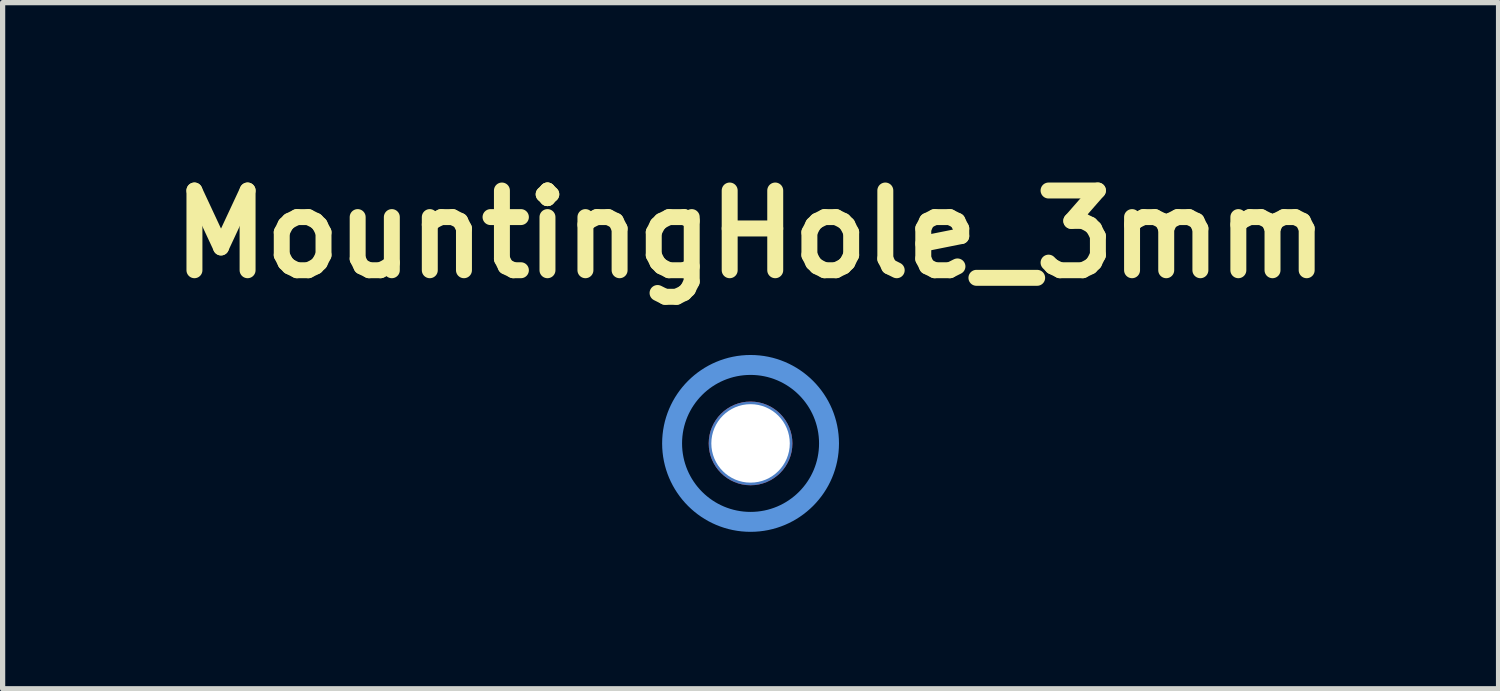
<source format=kicad_pcb>
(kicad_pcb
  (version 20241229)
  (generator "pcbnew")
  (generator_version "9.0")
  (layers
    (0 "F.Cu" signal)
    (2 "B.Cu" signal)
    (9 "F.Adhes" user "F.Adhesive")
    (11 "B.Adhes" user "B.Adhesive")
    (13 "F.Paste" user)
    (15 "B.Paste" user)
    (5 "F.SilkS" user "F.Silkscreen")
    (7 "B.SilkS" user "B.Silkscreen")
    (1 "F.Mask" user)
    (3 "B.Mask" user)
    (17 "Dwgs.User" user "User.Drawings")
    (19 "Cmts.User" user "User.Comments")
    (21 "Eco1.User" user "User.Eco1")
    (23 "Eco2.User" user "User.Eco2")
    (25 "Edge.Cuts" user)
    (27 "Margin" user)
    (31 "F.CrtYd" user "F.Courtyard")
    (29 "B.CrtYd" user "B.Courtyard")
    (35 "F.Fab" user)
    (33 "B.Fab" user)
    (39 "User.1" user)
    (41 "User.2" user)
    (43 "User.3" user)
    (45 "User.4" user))
  (footprint "MountingHole_3mm"
    (layer "F.Cu")
    (at 11.299 5.427)
    (property "Reference" "MountingHole_3mm" (at 0 -4 0) (layer "F.SilkS") (effects (font (size 1.524 1.524) (thickness 0.305))))
    (attr through_hole)
    (fp_circle (center 0 0) (end 1.5 0) (stroke (width 0.381) (type solid)) (fill no) (layer "Cmts.User"))
    (pad "1" thru_hole circle (at 0 0) (size 1.6 1.6) (drill 1.5) (layers "*.Cu")))
  (gr_rect
    (start -3 -3)
    (end 25.599 10.117)
    (stroke (width 0.1) (type default))
    (fill no)
    (layer "Edge.Cuts")))
</source>
